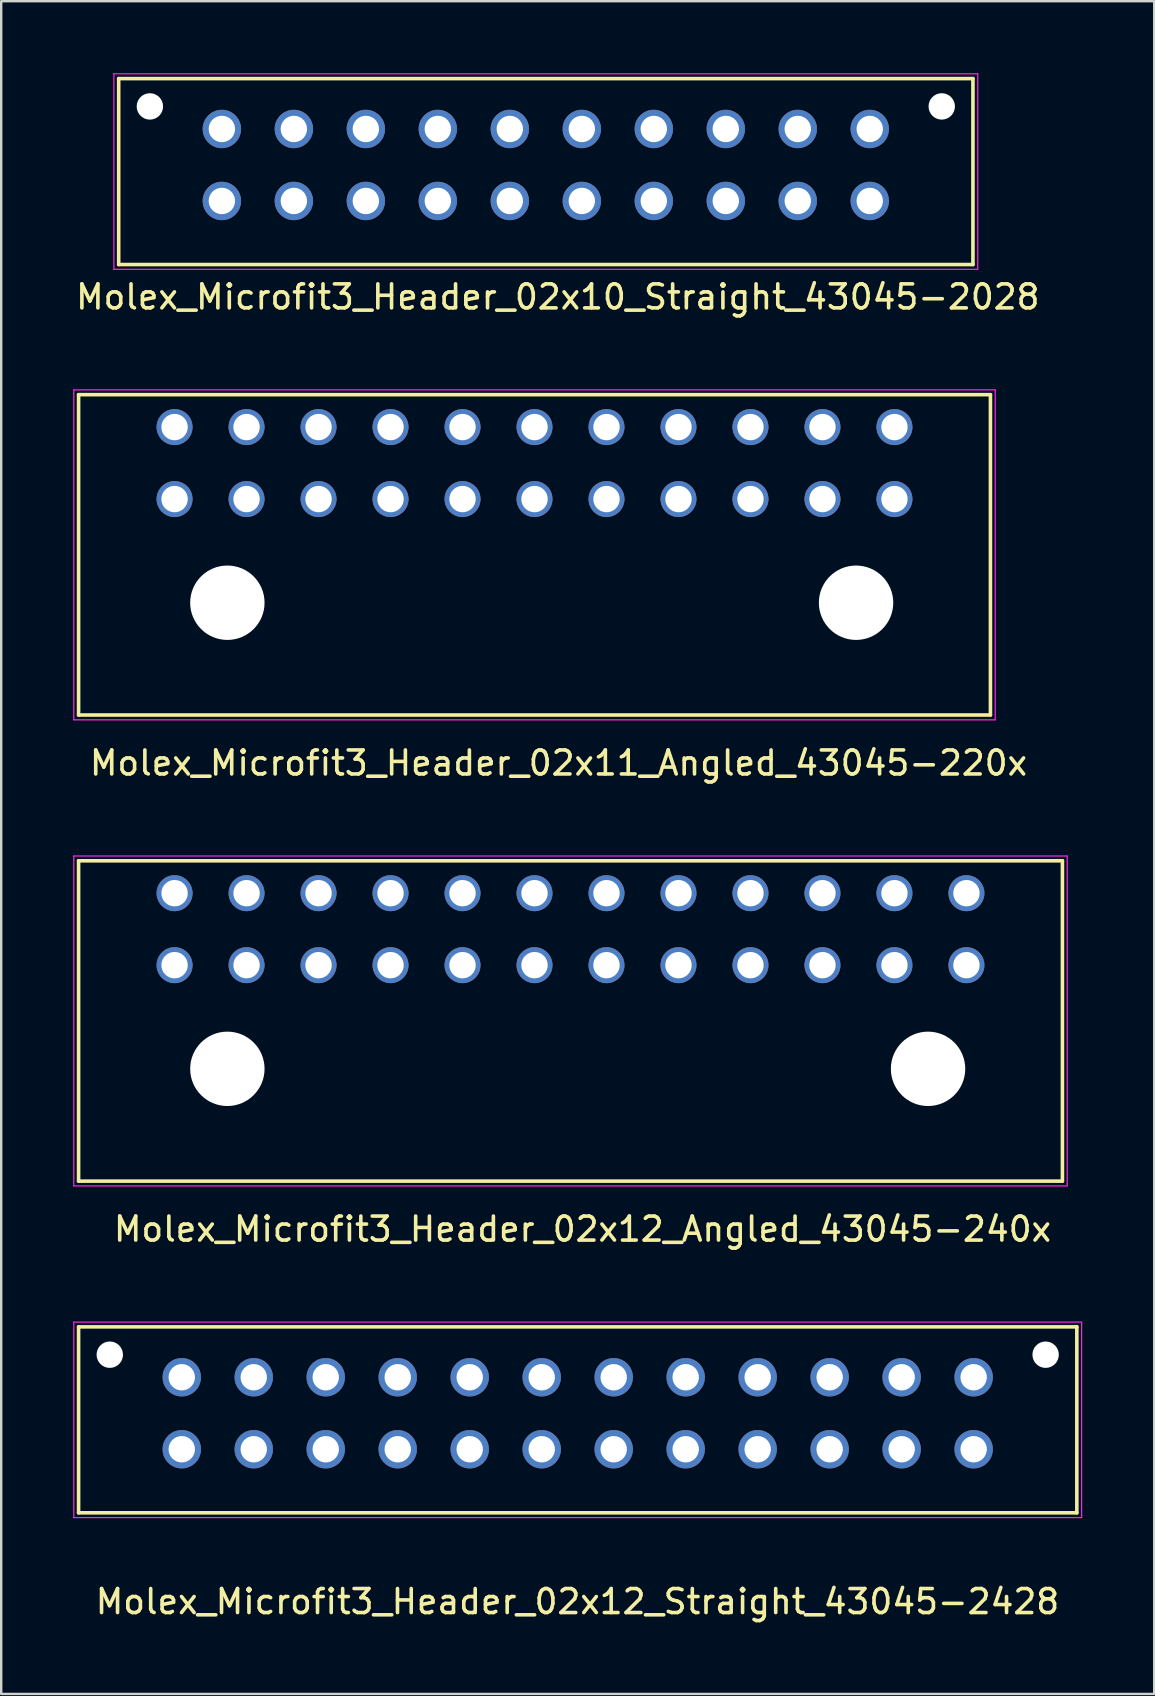
<source format=kicad_pcb>
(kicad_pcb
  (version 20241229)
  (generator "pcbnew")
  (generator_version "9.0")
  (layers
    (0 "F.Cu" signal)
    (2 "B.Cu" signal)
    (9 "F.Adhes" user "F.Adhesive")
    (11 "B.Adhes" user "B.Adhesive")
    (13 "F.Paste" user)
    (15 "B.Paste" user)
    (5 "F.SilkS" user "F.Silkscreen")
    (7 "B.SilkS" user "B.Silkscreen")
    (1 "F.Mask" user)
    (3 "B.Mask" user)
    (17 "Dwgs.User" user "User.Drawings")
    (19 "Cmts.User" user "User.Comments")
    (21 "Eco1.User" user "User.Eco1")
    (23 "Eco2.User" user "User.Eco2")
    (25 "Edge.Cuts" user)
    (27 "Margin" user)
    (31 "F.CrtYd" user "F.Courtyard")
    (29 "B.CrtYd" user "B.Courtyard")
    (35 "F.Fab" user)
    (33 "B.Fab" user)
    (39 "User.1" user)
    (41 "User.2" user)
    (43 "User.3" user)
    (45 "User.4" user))
  (footprint "Molex_Microfit3_Header_02x12_Straight_43045-2428"
    (layer "F.Cu")
    (at 37.525 57.345)
    (property "Reference" "Molex_Microfit3_Header_02x12_Straight_43045-2428" (at -16.51 6.35 0) (layer "F.SilkS") (effects (font (size 1 1) (thickness 0.15))))
    (attr through_hole)
    (fp_line (start -37.3 2.65) (end -37.3 -5.1) (stroke (width 0.15) (type solid)) (layer "F.SilkS"))
    (fp_line (start 4.3 -5.1) (end -37.3 -5.1) (stroke (width 0.15) (type solid)) (layer "F.SilkS"))
    (fp_line (start 4.3 2.65) (end -37.3 2.65) (stroke (width 0.15) (type solid)) (layer "F.SilkS"))
    (fp_line (start 4.3 2.65) (end 4.3 -5.1) (stroke (width 0.15) (type solid)) (layer "F.SilkS"))
    (fp_line (start -37.5 2.85) (end -37.5 -5.3) (stroke (width 0.05) (type solid)) (layer "F.CrtYd"))
    (fp_line (start 4.5 -5.3) (end -37.5 -5.3) (stroke (width 0.05) (type solid)) (layer "F.CrtYd"))
    (fp_line (start 4.5 2.85) (end -37.5 2.85) (stroke (width 0.05) (type solid)) (layer "F.CrtYd"))
    (fp_line (start 4.5 2.85) (end 4.5 -5.3) (stroke (width 0.05) (type solid)) (layer "F.CrtYd"))
    (pad "" np_thru_hole circle (at -36 -3.94) (size 1.1 1.1) (drill 1.1) (layers "*.Cu" "*.Mask"))
    (pad "" np_thru_hole circle (at 3 -3.94) (size 1.1 1.1) (drill 1.1) (layers "*.Cu" "*.Mask"))
    (pad "1" thru_hole circle (at 0 0) (size 1.6 1.6) (drill 1.1) (layers "*.Cu" "*.Mask"))
    (pad "2" thru_hole circle (at -3 0) (size 1.6 1.6) (drill 1.1) (layers "*.Cu" "*.Mask"))
    (pad "3" thru_hole circle (at -6 0) (size 1.6 1.6) (drill 1.1) (layers "*.Cu" "*.Mask"))
    (pad "4" thru_hole circle (at -9 0) (size 1.6 1.6) (drill 1.1) (layers "*.Cu" "*.Mask"))
    (pad "5" thru_hole circle (at -12 0) (size 1.6 1.6) (drill 1.1) (layers "*.Cu" "*.Mask"))
    (pad "6" thru_hole circle (at -15 0) (size 1.6 1.6) (drill 1.1) (layers "*.Cu" "*.Mask"))
    (pad "7" thru_hole circle (at -18 0) (size 1.6 1.6) (drill 1.1) (layers "*.Cu" "*.Mask"))
    (pad "8" thru_hole circle (at -21 0) (size 1.6 1.6) (drill 1.1) (layers "*.Cu" "*.Mask"))
    (pad "9" thru_hole circle (at -24 0) (size 1.6 1.6) (drill 1.1) (layers "*.Cu" "*.Mask"))
    (pad "10" thru_hole circle (at -27 0) (size 1.6 1.6) (drill 1.1) (layers "*.Cu" "*.Mask"))
    (pad "11" thru_hole circle (at -30 0) (size 1.6 1.6) (drill 1.1) (layers "*.Cu" "*.Mask"))
    (pad "12" thru_hole circle (at -33 0) (size 1.6 1.6) (drill 1.1) (layers "*.Cu" "*.Mask"))
    (pad "13" thru_hole circle (at 0 -3) (size 1.6 1.6) (drill 1.1) (layers "*.Cu" "*.Mask"))
    (pad "14" thru_hole circle (at -3 -3) (size 1.6 1.6) (drill 1.1) (layers "*.Cu" "*.Mask"))
    (pad "15" thru_hole circle (at -6 -3) (size 1.6 1.6) (drill 1.1) (layers "*.Cu" "*.Mask"))
    (pad "16" thru_hole circle (at -9 -3) (size 1.6 1.6) (drill 1.1) (layers "*.Cu" "*.Mask"))
    (pad "17" thru_hole circle (at -12 -3) (size 1.6 1.6) (drill 1.1) (layers "*.Cu" "*.Mask"))
    (pad "18" thru_hole circle (at -15 -3) (size 1.6 1.6) (drill 1.1) (layers "*.Cu" "*.Mask"))
    (pad "19" thru_hole circle (at -18 -3) (size 1.6 1.6) (drill 1.1) (layers "*.Cu" "*.Mask"))
    (pad "20" thru_hole circle (at -21 -3) (size 1.6 1.6) (drill 1.1) (layers "*.Cu" "*.Mask"))
    (pad "21" thru_hole circle (at -24 -3) (size 1.6 1.6) (drill 1.1) (layers "*.Cu" "*.Mask"))
    (pad "22" thru_hole circle (at -27 -3) (size 1.6 1.6) (drill 1.1) (layers "*.Cu" "*.Mask"))
    (pad "23" thru_hole circle (at -30 -3) (size 1.6 1.6) (drill 1.1) (layers "*.Cu" "*.Mask"))
    (pad "24" thru_hole circle (at -33 -3) (size 1.6 1.6) (drill 1.1) (layers "*.Cu" "*.Mask")))
  (footprint "Molex_Microfit3_Header_02x12_Angled_43045-240x"
    (layer "F.Cu")
    (at 37.225 37.172)
    (property "Reference" "Molex_Microfit3_Header_02x12_Angled_43045-240x" (at -16 11 0) (layer "F.SilkS") (effects (font (size 1 1) (thickness 0.15))))
    (attr through_hole)
    (fp_line (start -37 -4.35) (end 4 -4.35) (stroke (width 0.15) (type solid)) (layer "F.SilkS"))
    (fp_line (start -37 9) (end -37 -4.35) (stroke (width 0.15) (type solid)) (layer "F.SilkS"))
    (fp_line (start 4 -4.35) (end 4 9) (stroke (width 0.15) (type solid)) (layer "F.SilkS"))
    (fp_line (start 4 9) (end -37 9) (stroke (width 0.15) (type solid)) (layer "F.SilkS"))
    (fp_line (start -37.2 -4.55) (end -37.2 9.2) (stroke (width 0.05) (type solid)) (layer "F.CrtYd"))
    (fp_line (start -37.2 9.2) (end 4.2 9.2) (stroke (width 0.05) (type solid)) (layer "F.CrtYd"))
    (fp_line (start 4.2 -4.55) (end -37.2 -4.55) (stroke (width 0.05) (type solid)) (layer "F.CrtYd"))
    (fp_line (start 4.2 9.2) (end 4.2 -4.55) (stroke (width 0.05) (type solid)) (layer "F.CrtYd"))
    (pad "" np_thru_hole circle (at -30.8 4.32) (size 3.1 3.1) (drill 3.1) (layers "*.Cu" "*.Mask"))
    (pad "" np_thru_hole circle (at -1.6 4.32) (size 3.1 3.1) (drill 3.1) (layers "*.Cu" "*.Mask"))
    (pad "1" thru_hole circle (at 0 0) (size 1.5 1.5) (drill 1.1) (layers "*.Cu" "*.Mask"))
    (pad "2" thru_hole circle (at -3 0) (size 1.5 1.5) (drill 1.1) (layers "*.Cu" "*.Mask"))
    (pad "3" thru_hole circle (at -6 0) (size 1.5 1.5) (drill 1.1) (layers "*.Cu" "*.Mask"))
    (pad "4" thru_hole circle (at -9 0) (size 1.5 1.5) (drill 1.1) (layers "*.Cu" "*.Mask"))
    (pad "5" thru_hole circle (at -12 0) (size 1.5 1.5) (drill 1.1) (layers "*.Cu" "*.Mask"))
    (pad "6" thru_hole circle (at -15 0) (size 1.5 1.5) (drill 1.1) (layers "*.Cu" "*.Mask"))
    (pad "7" thru_hole circle (at -18 0) (size 1.5 1.5) (drill 1.1) (layers "*.Cu" "*.Mask"))
    (pad "8" thru_hole circle (at -21 0) (size 1.5 1.5) (drill 1.1) (layers "*.Cu" "*.Mask"))
    (pad "9" thru_hole circle (at -24 0) (size 1.5 1.5) (drill 1.1) (layers "*.Cu" "*.Mask"))
    (pad "10" thru_hole circle (at -27 0) (size 1.5 1.5) (drill 1.1) (layers "*.Cu" "*.Mask"))
    (pad "11" thru_hole circle (at -30 0) (size 1.5 1.5) (drill 1.1) (layers "*.Cu" "*.Mask"))
    (pad "12" thru_hole circle (at -33 0) (size 1.5 1.5) (drill 1.1) (layers "*.Cu" "*.Mask"))
    (pad "13" thru_hole circle (at 0 -3) (size 1.5 1.5) (drill 1.1) (layers "*.Cu" "*.Mask"))
    (pad "14" thru_hole circle (at -3 -3) (size 1.5 1.5) (drill 1.1) (layers "*.Cu" "*.Mask"))
    (pad "15" thru_hole circle (at -6 -3) (size 1.5 1.5) (drill 1.1) (layers "*.Cu" "*.Mask"))
    (pad "16" thru_hole circle (at -9 -3) (size 1.5 1.5) (drill 1.1) (layers "*.Cu" "*.Mask"))
    (pad "17" thru_hole circle (at -12 -3) (size 1.5 1.5) (drill 1.1) (layers "*.Cu" "*.Mask"))
    (pad "18" thru_hole circle (at -15 -3) (size 1.5 1.5) (drill 1.1) (layers "*.Cu" "*.Mask"))
    (pad "19" thru_hole circle (at -18 -3) (size 1.5 1.5) (drill 1.1) (layers "*.Cu" "*.Mask"))
    (pad "20" thru_hole circle (at -21 -3) (size 1.5 1.5) (drill 1.1) (layers "*.Cu" "*.Mask"))
    (pad "21" thru_hole circle (at -24 -3) (size 1.5 1.5) (drill 1.1) (layers "*.Cu" "*.Mask"))
    (pad "22" thru_hole circle (at -27 -3) (size 1.5 1.5) (drill 1.1) (layers "*.Cu" "*.Mask"))
    (pad "23" thru_hole circle (at -30 -3) (size 1.5 1.5) (drill 1.1) (layers "*.Cu" "*.Mask"))
    (pad "24" thru_hole circle (at -33 -3) (size 1.5 1.5) (drill 1.1) (layers "*.Cu" "*.Mask")))
  (footprint "Molex_Microfit3_Header_02x11_Angled_43045-220x"
    (layer "F.Cu")
    (at 34.225 17.748)
    (property "Reference" "Molex_Microfit3_Header_02x11_Angled_43045-220x" (at -14 11 0) (layer "F.SilkS") (effects (font (size 1 1) (thickness 0.15))))
    (attr through_hole)
    (fp_line (start -34 -4.35) (end 4 -4.35) (stroke (width 0.15) (type solid)) (layer "F.SilkS"))
    (fp_line (start -34 9) (end -34 -4.35) (stroke (width 0.15) (type solid)) (layer "F.SilkS"))
    (fp_line (start 4 -4.35) (end 4 9) (stroke (width 0.15) (type solid)) (layer "F.SilkS"))
    (fp_line (start 4 9) (end -34 9) (stroke (width 0.15) (type solid)) (layer "F.SilkS"))
    (fp_line (start -34.2 -4.55) (end -34.2 9.2) (stroke (width 0.05) (type solid)) (layer "F.CrtYd"))
    (fp_line (start -34.2 9.2) (end 4.2 9.2) (stroke (width 0.05) (type solid)) (layer "F.CrtYd"))
    (fp_line (start 4.2 -4.55) (end -34.2 -4.55) (stroke (width 0.05) (type solid)) (layer "F.CrtYd"))
    (fp_line (start 4.2 9.2) (end 4.2 -4.55) (stroke (width 0.05) (type solid)) (layer "F.CrtYd"))
    (pad "" np_thru_hole circle (at -27.8 4.32) (size 3.1 3.1) (drill 3.1) (layers "*.Cu" "*.Mask"))
    (pad "" np_thru_hole circle (at -1.6 4.32) (size 3.1 3.1) (drill 3.1) (layers "*.Cu" "*.Mask"))
    (pad "1" thru_hole circle (at 0 0) (size 1.5 1.5) (drill 1.1) (layers "*.Cu" "*.Mask"))
    (pad "2" thru_hole circle (at -3 0) (size 1.5 1.5) (drill 1.1) (layers "*.Cu" "*.Mask"))
    (pad "3" thru_hole circle (at -6 0) (size 1.5 1.5) (drill 1.1) (layers "*.Cu" "*.Mask"))
    (pad "4" thru_hole circle (at -9 0) (size 1.5 1.5) (drill 1.1) (layers "*.Cu" "*.Mask"))
    (pad "5" thru_hole circle (at -12 0) (size 1.5 1.5) (drill 1.1) (layers "*.Cu" "*.Mask"))
    (pad "6" thru_hole circle (at -15 0) (size 1.5 1.5) (drill 1.1) (layers "*.Cu" "*.Mask"))
    (pad "7" thru_hole circle (at -18 0) (size 1.5 1.5) (drill 1.1) (layers "*.Cu" "*.Mask"))
    (pad "8" thru_hole circle (at -21 0) (size 1.5 1.5) (drill 1.1) (layers "*.Cu" "*.Mask"))
    (pad "9" thru_hole circle (at -24 0) (size 1.5 1.5) (drill 1.1) (layers "*.Cu" "*.Mask"))
    (pad "10" thru_hole circle (at -27 0) (size 1.5 1.5) (drill 1.1) (layers "*.Cu" "*.Mask"))
    (pad "11" thru_hole circle (at -30 0) (size 1.5 1.5) (drill 1.1) (layers "*.Cu" "*.Mask"))
    (pad "12" thru_hole circle (at 0 -3) (size 1.5 1.5) (drill 1.1) (layers "*.Cu" "*.Mask"))
    (pad "13" thru_hole circle (at -3 -3) (size 1.5 1.5) (drill 1.1) (layers "*.Cu" "*.Mask"))
    (pad "14" thru_hole circle (at -6 -3) (size 1.5 1.5) (drill 1.1) (layers "*.Cu" "*.Mask"))
    (pad "15" thru_hole circle (at -9 -3) (size 1.5 1.5) (drill 1.1) (layers "*.Cu" "*.Mask"))
    (pad "16" thru_hole circle (at -12 -3) (size 1.5 1.5) (drill 1.1) (layers "*.Cu" "*.Mask"))
    (pad "17" thru_hole circle (at -15 -3) (size 1.5 1.5) (drill 1.1) (layers "*.Cu" "*.Mask"))
    (pad "18" thru_hole circle (at -18 -3) (size 1.5 1.5) (drill 1.1) (layers "*.Cu" "*.Mask"))
    (pad "19" thru_hole circle (at -21 -3) (size 1.5 1.5) (drill 1.1) (layers "*.Cu" "*.Mask"))
    (pad "20" thru_hole circle (at -24 -3) (size 1.5 1.5) (drill 1.1) (layers "*.Cu" "*.Mask"))
    (pad "21" thru_hole circle (at -27 -3) (size 1.5 1.5) (drill 1.1) (layers "*.Cu" "*.Mask"))
    (pad "22" thru_hole circle (at -30 -3) (size 1.5 1.5) (drill 1.1) (layers "*.Cu" "*.Mask")))
  (footprint "Molex_Microfit3_Header_02x10_Straight_43045-2028"
    (layer "F.Cu")
    (at 33.196 5.325)
    (property "Reference" "Molex_Microfit3_Header_02x10_Straight_43045-2028" (at -13 4 0) (layer "F.SilkS") (effects (font (size 1 1) (thickness 0.15))))
    (attr through_hole)
    (fp_line (start -31.3 2.65) (end -31.3 -5.1) (stroke (width 0.15) (type solid)) (layer "F.SilkS"))
    (fp_line (start 4.3 -5.1) (end -31.3 -5.1) (stroke (width 0.15) (type solid)) (layer "F.SilkS"))
    (fp_line (start 4.3 2.65) (end -31.3 2.65) (stroke (width 0.15) (type solid)) (layer "F.SilkS"))
    (fp_line (start 4.3 2.65) (end 4.3 -5.1) (stroke (width 0.15) (type solid)) (layer "F.SilkS"))
    (fp_line (start -31.5 2.85) (end -31.5 -5.3) (stroke (width 0.05) (type solid)) (layer "F.CrtYd"))
    (fp_line (start 4.5 -5.3) (end -31.5 -5.3) (stroke (width 0.05) (type solid)) (layer "F.CrtYd"))
    (fp_line (start 4.5 2.85) (end -31.5 2.85) (stroke (width 0.05) (type solid)) (layer "F.CrtYd"))
    (fp_line (start 4.5 2.85) (end 4.5 -5.3) (stroke (width 0.05) (type solid)) (layer "F.CrtYd"))
    (pad "" np_thru_hole circle (at -30 -3.94) (size 1.1 1.1) (drill 1.1) (layers "*.Cu" "*.Mask"))
    (pad "" np_thru_hole circle (at 3 -3.94) (size 1.1 1.1) (drill 1.1) (layers "*.Cu" "*.Mask"))
    (pad "1" thru_hole circle (at 0 0) (size 1.6 1.6) (drill 1.1) (layers "*.Cu" "*.Mask"))
    (pad "2" thru_hole circle (at -3 0) (size 1.6 1.6) (drill 1.1) (layers "*.Cu" "*.Mask"))
    (pad "3" thru_hole circle (at -6 0) (size 1.6 1.6) (drill 1.1) (layers "*.Cu" "*.Mask"))
    (pad "4" thru_hole circle (at -9 0) (size 1.6 1.6) (drill 1.1) (layers "*.Cu" "*.Mask"))
    (pad "5" thru_hole circle (at -12 0) (size 1.6 1.6) (drill 1.1) (layers "*.Cu" "*.Mask"))
    (pad "6" thru_hole circle (at -15 0) (size 1.6 1.6) (drill 1.1) (layers "*.Cu" "*.Mask"))
    (pad "7" thru_hole circle (at -18 0) (size 1.6 1.6) (drill 1.1) (layers "*.Cu" "*.Mask"))
    (pad "8" thru_hole circle (at -21 0) (size 1.6 1.6) (drill 1.1) (layers "*.Cu" "*.Mask"))
    (pad "9" thru_hole circle (at -24 0) (size 1.6 1.6) (drill 1.1) (layers "*.Cu" "*.Mask"))
    (pad "10" thru_hole circle (at -27 0) (size 1.6 1.6) (drill 1.1) (layers "*.Cu" "*.Mask"))
    (pad "11" thru_hole circle (at 0 -3) (size 1.6 1.6) (drill 1.1) (layers "*.Cu" "*.Mask"))
    (pad "12" thru_hole circle (at -3 -3) (size 1.6 1.6) (drill 1.1) (layers "*.Cu" "*.Mask"))
    (pad "13" thru_hole circle (at -6 -3) (size 1.6 1.6) (drill 1.1) (layers "*.Cu" "*.Mask"))
    (pad "14" thru_hole circle (at -9 -3) (size 1.6 1.6) (drill 1.1) (layers "*.Cu" "*.Mask"))
    (pad "15" thru_hole circle (at -12 -3) (size 1.6 1.6) (drill 1.1) (layers "*.Cu" "*.Mask"))
    (pad "16" thru_hole circle (at -15 -3) (size 1.6 1.6) (drill 1.1) (layers "*.Cu" "*.Mask"))
    (pad "17" thru_hole circle (at -18 -3) (size 1.6 1.6) (drill 1.1) (layers "*.Cu" "*.Mask"))
    (pad "18" thru_hole circle (at -21 -3) (size 1.6 1.6) (drill 1.1) (layers "*.Cu" "*.Mask"))
    (pad "19" thru_hole circle (at -24 -3) (size 1.6 1.6) (drill 1.1) (layers "*.Cu" "*.Mask"))
    (pad "20" thru_hole circle (at -27 -3) (size 1.6 1.6) (drill 1.1) (layers "*.Cu" "*.Mask")))
  (gr_rect
    (start -3 -3)
    (end 45.05 67.543)
    (stroke (width 0.1) (type default))
    (fill no)
    (layer "Edge.Cuts")))
</source>
